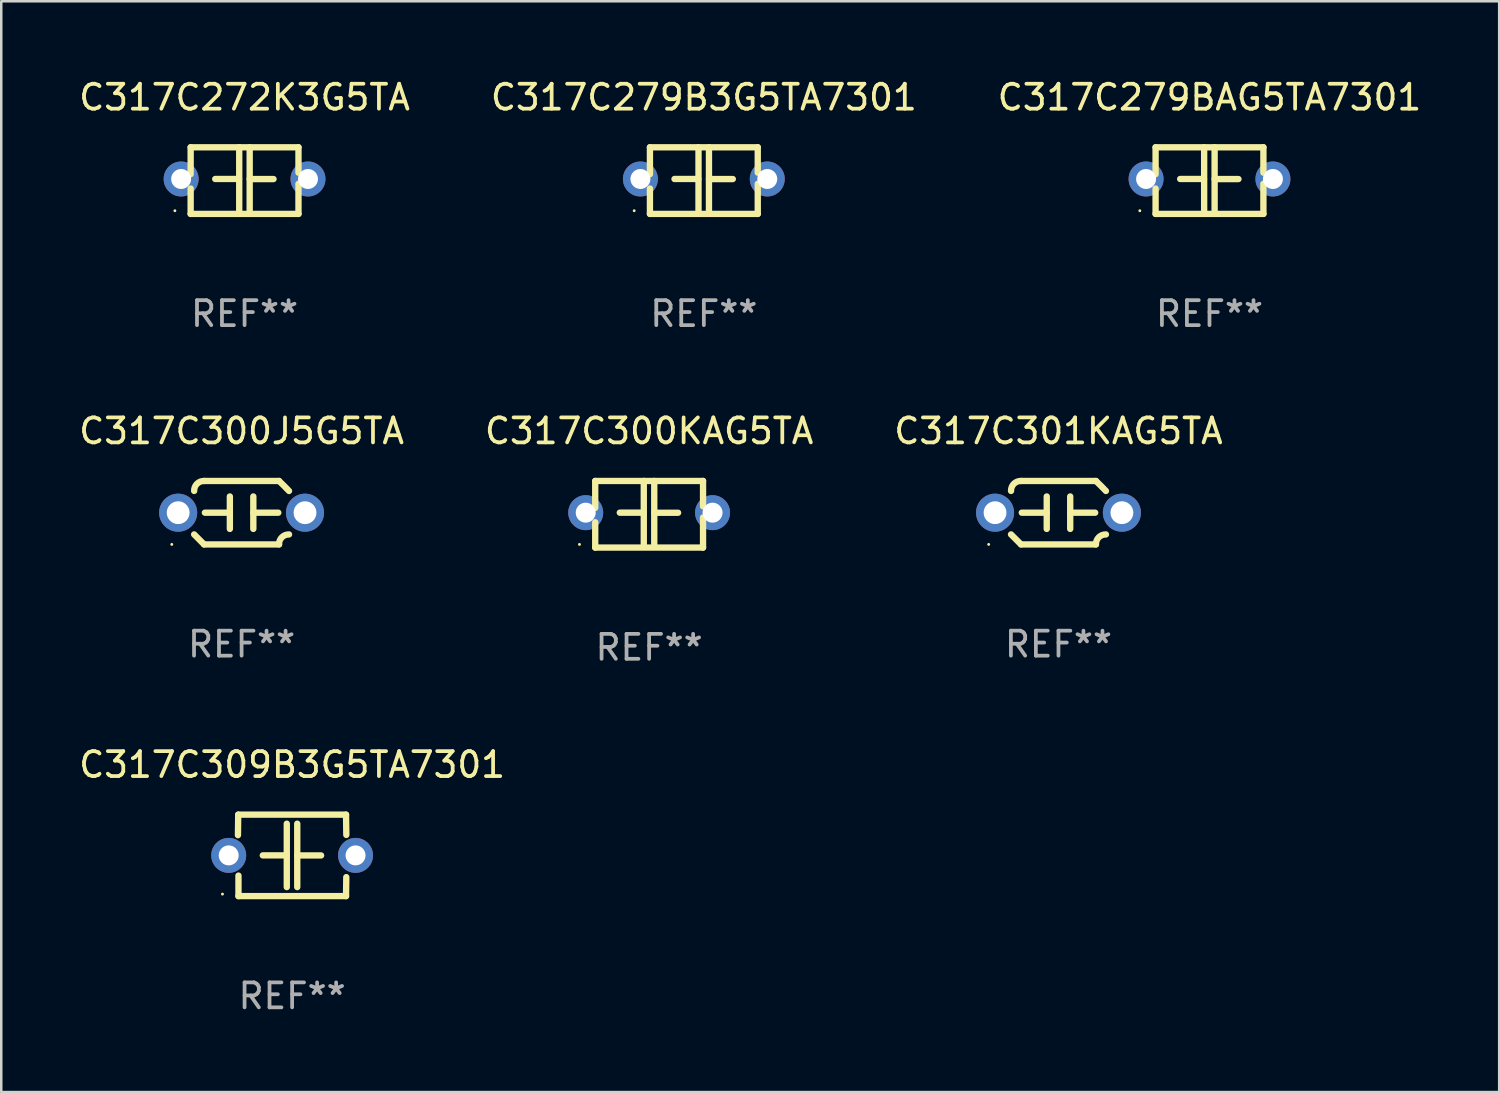
<source format=kicad_pcb>
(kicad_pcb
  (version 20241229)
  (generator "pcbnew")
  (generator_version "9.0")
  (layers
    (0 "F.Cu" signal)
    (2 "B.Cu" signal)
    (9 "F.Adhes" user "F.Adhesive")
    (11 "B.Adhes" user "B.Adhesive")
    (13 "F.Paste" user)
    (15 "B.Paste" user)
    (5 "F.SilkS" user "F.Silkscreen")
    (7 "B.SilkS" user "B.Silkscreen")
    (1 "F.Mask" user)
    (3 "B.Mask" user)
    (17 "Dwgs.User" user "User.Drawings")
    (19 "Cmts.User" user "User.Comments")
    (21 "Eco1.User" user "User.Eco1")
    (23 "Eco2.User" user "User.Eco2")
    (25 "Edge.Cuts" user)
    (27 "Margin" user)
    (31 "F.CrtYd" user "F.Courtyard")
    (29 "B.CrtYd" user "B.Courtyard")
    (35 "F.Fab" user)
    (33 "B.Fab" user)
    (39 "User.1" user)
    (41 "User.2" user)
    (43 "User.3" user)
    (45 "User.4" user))
  (footprint "C317C300J5G5TA"
    (layer "F.Cu")
    (at 6.625 17.482)
    (property "Reference" "C317C300J5G5TA" (at 0 -3.27 0) (layer "F.SilkS") (effects (font (size 1 1) (thickness 0.15))))
    (attr through_hole)
    (fp_line (start -1.5 -1.27) (end 1.5 -1.27) (stroke (width 0.254) (type solid)) (layer "F.SilkS"))
    (fp_line (start -0.47 -0.65) (end -0.47 0.65) (stroke (width 0.254) (type solid)) (layer "F.SilkS"))
    (fp_line (start -0.47 -0.000381) (end -1.47 -0.000381) (stroke (width 0.254) (type solid)) (layer "F.SilkS"))
    (fp_line (start 0.47 0.000356) (end 1.47 0.000356) (stroke (width 0.254) (type solid)) (layer "F.SilkS"))
    (fp_line (start 0.47 0.65) (end 0.47 -0.65) (stroke (width 0.254) (type solid)) (layer "F.SilkS"))
    (fp_line (start 1.5 1.27) (end -1.5 1.27) (stroke (width 0.254) (type solid)) (layer "F.SilkS"))
    (fp_arc (start -1.899924 -0.871221) (mid -1.78599 -1.156887) (end -1.5 -1.270003) (stroke (width 0.254001) (type solid)) (layer "F.SilkS"))
    (fp_arc (start -1.501217 1.269929) (mid -1.700682 1.070039) (end -1.9 0.870003) (stroke (width 0.254001) (type solid)) (layer "F.SilkS"))
    (fp_arc (start 1.5 1.270003) (mid 1.614112 0.984517) (end 1.899923 0.871222) (stroke (width 0.254001) (type solid)) (layer "F.SilkS"))
    (fp_arc (start 1.501219 -1.269927) (mid 1.70319 -1.072538) (end 1.9 -0.870003) (stroke (width 0.254001) (type solid)) (layer "F.SilkS"))
    (fp_circle (center -2.795 1.27) (end -2.765 1.27) (stroke (width 0.06) (type solid)) (fill no) (layer "F.SilkS"))
    (fp_text user "REF**" (at 0 5.27 0) (layer "F.Fab") (effects (font (size 1 1) (thickness 0.15))))
    (pad "1" thru_hole circle (at -2.54 0) (size 1.524 1.524) (drill 0.914) (layers "*.Cu" "*.Mask"))
    (pad "2" thru_hole circle (at 2.54 0) (size 1.524 1.524) (drill 0.914) (layers "*.Cu" "*.Mask")))
  (footprint "C317C279BAG5TA7301"
    (layer "F.Cu")
    (at 45.387 4.182)
    (property "Reference" "C317C279BAG5TA7301" (at 0 -3.334 0) (layer "F.SilkS") (effects (font (size 1 1) (thickness 0.15))))
    (attr through_hole)
    (fp_line (start -2.159 -1.334) (end 2.159 -1.334) (stroke (width 0.254) (type solid)) (layer "F.SilkS"))
    (fp_line (start -2.159 -0.256) (end -2.159 -1.334) (stroke (width 0.254) (type solid)) (layer "F.SilkS"))
    (fp_line (start -2.159 1.334) (end -2.159 0.318) (stroke (width 0.254) (type solid)) (layer "F.SilkS"))
    (fp_line (start -0.22 -0.064) (end -1.175 -0.064) (stroke (width 0.254) (type solid)) (layer "F.SilkS"))
    (fp_line (start -0.214 -1.334) (end -0.214 1.207) (stroke (width 0.254) (type solid)) (layer "F.SilkS"))
    (fp_line (start 0.205 -1.334) (end 0.205 1.207) (stroke (width 0.254) (type solid)) (layer "F.SilkS"))
    (fp_line (start 0.205 -0.061) (end 1.16 -0.061) (stroke (width 0.254) (type solid)) (layer "F.SilkS"))
    (fp_line (start 2.159 -1.334) (end 2.159 -0.318) (stroke (width 0.254) (type solid)) (layer "F.SilkS"))
    (fp_line (start 2.159 0.129) (end 2.159 1.334) (stroke (width 0.254) (type solid)) (layer "F.SilkS"))
    (fp_line (start 2.159 1.334) (end -2.159 1.334) (stroke (width 0.254) (type solid)) (layer "F.SilkS"))
    (fp_circle (center -2.79 1.207) (end -2.76 1.207) (stroke (width 0.06) (type solid)) (fill no) (layer "F.SilkS"))
    (fp_text user "REF**" (at 0 5.334 0) (layer "F.Fab") (effects (font (size 1 1) (thickness 0.15))))
    (pad "1" thru_hole circle (at -2.54 -0.064) (size 1.4 1.4) (drill 0.8) (layers "*.Cu" "*.Mask"))
    (pad "2" thru_hole circle (at 2.54 -0.064) (size 1.4 1.4) (drill 0.8) (layers "*.Cu" "*.Mask")))
  (footprint "C317C300KAG5TA"
    (layer "F.Cu")
    (at 22.946 17.545)
    (property "Reference" "C317C300KAG5TA" (at 0 -3.334 0) (layer "F.SilkS") (effects (font (size 1 1) (thickness 0.15))))
    (attr through_hole)
    (fp_line (start -2.159 -1.334) (end 2.159 -1.334) (stroke (width 0.254) (type solid)) (layer "F.SilkS"))
    (fp_line (start -2.159 -0.256) (end -2.159 -1.334) (stroke (width 0.254) (type solid)) (layer "F.SilkS"))
    (fp_line (start -2.159 1.334) (end -2.159 0.318) (stroke (width 0.254) (type solid)) (layer "F.SilkS"))
    (fp_line (start -0.22 -0.064) (end -1.175 -0.064) (stroke (width 0.254) (type solid)) (layer "F.SilkS"))
    (fp_line (start -0.214 -1.334) (end -0.214 1.207) (stroke (width 0.254) (type solid)) (layer "F.SilkS"))
    (fp_line (start 0.205 -1.334) (end 0.205 1.207) (stroke (width 0.254) (type solid)) (layer "F.SilkS"))
    (fp_line (start 0.205 -0.061) (end 1.16 -0.061) (stroke (width 0.254) (type solid)) (layer "F.SilkS"))
    (fp_line (start 2.159 -1.334) (end 2.159 -0.318) (stroke (width 0.254) (type solid)) (layer "F.SilkS"))
    (fp_line (start 2.159 0.129) (end 2.159 1.334) (stroke (width 0.254) (type solid)) (layer "F.SilkS"))
    (fp_line (start 2.159 1.334) (end -2.159 1.334) (stroke (width 0.254) (type solid)) (layer "F.SilkS"))
    (fp_circle (center -2.79 1.207) (end -2.76 1.207) (stroke (width 0.06) (type solid)) (fill no) (layer "F.SilkS"))
    (fp_text user "REF**" (at 0 5.334 0) (layer "F.Fab") (effects (font (size 1 1) (thickness 0.15))))
    (pad "1" thru_hole circle (at -2.54 -0.064) (size 1.4 1.4) (drill 0.8) (layers "*.Cu" "*.Mask"))
    (pad "2" thru_hole circle (at 2.54 -0.064) (size 1.4 1.4) (drill 0.8) (layers "*.Cu" "*.Mask")))
  (footprint "C317C279B3G5TA7301"
    (layer "F.Cu")
    (at 25.137 4.182)
    (property "Reference" "C317C279B3G5TA7301" (at 0 -3.334 0) (layer "F.SilkS") (effects (font (size 1 1) (thickness 0.15))))
    (attr through_hole)
    (fp_line (start -2.159 -1.334) (end 2.159 -1.334) (stroke (width 0.254) (type solid)) (layer "F.SilkS"))
    (fp_line (start -2.159 -0.256) (end -2.159 -1.334) (stroke (width 0.254) (type solid)) (layer "F.SilkS"))
    (fp_line (start -2.159 1.334) (end -2.159 0.318) (stroke (width 0.254) (type solid)) (layer "F.SilkS"))
    (fp_line (start -0.22 -0.064) (end -1.175 -0.064) (stroke (width 0.254) (type solid)) (layer "F.SilkS"))
    (fp_line (start -0.214 -1.334) (end -0.214 1.207) (stroke (width 0.254) (type solid)) (layer "F.SilkS"))
    (fp_line (start 0.205 -1.334) (end 0.205 1.207) (stroke (width 0.254) (type solid)) (layer "F.SilkS"))
    (fp_line (start 0.205 -0.061) (end 1.16 -0.061) (stroke (width 0.254) (type solid)) (layer "F.SilkS"))
    (fp_line (start 2.159 -1.334) (end 2.159 -0.318) (stroke (width 0.254) (type solid)) (layer "F.SilkS"))
    (fp_line (start 2.159 0.129) (end 2.159 1.334) (stroke (width 0.254) (type solid)) (layer "F.SilkS"))
    (fp_line (start 2.159 1.334) (end -2.159 1.334) (stroke (width 0.254) (type solid)) (layer "F.SilkS"))
    (fp_circle (center -2.79 1.207) (end -2.76 1.207) (stroke (width 0.06) (type solid)) (fill no) (layer "F.SilkS"))
    (fp_text user "REF**" (at 0 5.334 0) (layer "F.Fab") (effects (font (size 1 1) (thickness 0.15))))
    (pad "1" thru_hole circle (at -2.54 -0.064) (size 1.4 1.4) (drill 0.8) (layers "*.Cu" "*.Mask"))
    (pad "2" thru_hole circle (at 2.54 -0.064) (size 1.4 1.4) (drill 0.8) (layers "*.Cu" "*.Mask")))
  (footprint "C317C272K3G5TA"
    (layer "F.Cu")
    (at 6.744 4.182)
    (property "Reference" "C317C272K3G5TA" (at 0 -3.334 0) (layer "F.SilkS") (effects (font (size 1 1) (thickness 0.15))))
    (attr through_hole)
    (fp_line (start -2.159 -1.334) (end 2.159 -1.334) (stroke (width 0.254) (type solid)) (layer "F.SilkS"))
    (fp_line (start -2.159 -0.256) (end -2.159 -1.334) (stroke (width 0.254) (type solid)) (layer "F.SilkS"))
    (fp_line (start -2.159 1.334) (end -2.159 0.318) (stroke (width 0.254) (type solid)) (layer "F.SilkS"))
    (fp_line (start -0.22 -0.064) (end -1.175 -0.064) (stroke (width 0.254) (type solid)) (layer "F.SilkS"))
    (fp_line (start -0.214 -1.334) (end -0.214 1.207) (stroke (width 0.254) (type solid)) (layer "F.SilkS"))
    (fp_line (start 0.205 -1.334) (end 0.205 1.207) (stroke (width 0.254) (type solid)) (layer "F.SilkS"))
    (fp_line (start 0.205 -0.061) (end 1.16 -0.061) (stroke (width 0.254) (type solid)) (layer "F.SilkS"))
    (fp_line (start 2.159 -1.334) (end 2.159 -0.318) (stroke (width 0.254) (type solid)) (layer "F.SilkS"))
    (fp_line (start 2.159 0.129) (end 2.159 1.334) (stroke (width 0.254) (type solid)) (layer "F.SilkS"))
    (fp_line (start 2.159 1.334) (end -2.159 1.334) (stroke (width 0.254) (type solid)) (layer "F.SilkS"))
    (fp_circle (center -2.79 1.207) (end -2.76 1.207) (stroke (width 0.06) (type solid)) (fill no) (layer "F.SilkS"))
    (fp_text user "REF**" (at 0 5.334 0) (layer "F.Fab") (effects (font (size 1 1) (thickness 0.15))))
    (pad "1" thru_hole circle (at -2.54 -0.064) (size 1.4 1.4) (drill 0.8) (layers "*.Cu" "*.Mask"))
    (pad "2" thru_hole circle (at 2.54 -0.064) (size 1.4 1.4) (drill 0.8) (layers "*.Cu" "*.Mask")))
  (footprint "C317C309B3G5TA7301"
    (layer "F.Cu")
    (at 8.649 31.206)
    (property "Reference" "C317C309B3G5TA7301" (at 0 -3.631 0) (layer "F.SilkS") (effects (font (size 1 1) (thickness 0.15))))
    (attr through_hole)
    (fp_line (start -2.17 -0.81) (end -2.159 -1.631) (stroke (width 0.254) (type solid)) (layer "F.SilkS"))
    (fp_line (start -2.159 -1.631) (end 2.159 -1.631) (stroke (width 0.254) (type solid)) (layer "F.SilkS"))
    (fp_line (start -2.149 1.631) (end -2.149 0.81) (stroke (width 0.254) (type solid)) (layer "F.SilkS"))
    (fp_line (start -0.22 0) (end -1.175 0) (stroke (width 0.254) (type solid)) (layer "F.SilkS"))
    (fp_line (start -0.214 -1.27) (end -0.214 1.27) (stroke (width 0.254) (type solid)) (layer "F.SilkS"))
    (fp_line (start 0.205 -1.27) (end 0.205 1.27) (stroke (width 0.254) (type solid)) (layer "F.SilkS"))
    (fp_line (start 0.205 0.002) (end 1.16 0.002) (stroke (width 0.254) (type solid)) (layer "F.SilkS"))
    (fp_line (start 2.159 -1.631) (end 2.17 -0.82) (stroke (width 0.254) (type solid)) (layer "F.SilkS"))
    (fp_line (start 2.159 1.631) (end -2.149 1.631) (stroke (width 0.254) (type solid)) (layer "F.SilkS"))
    (fp_line (start 2.169 0.871) (end 2.159 1.631) (stroke (width 0.254) (type solid)) (layer "F.SilkS"))
    (fp_circle (center -2.79 1.55) (end -2.76 1.55) (stroke (width 0.06) (type solid)) (fill no) (layer "F.SilkS"))
    (fp_text user "REF**" (at 0 5.631 0) (layer "F.Fab") (effects (font (size 1 1) (thickness 0.15))))
    (pad "1" thru_hole circle (at -2.54 0) (size 1.4 1.4) (drill 0.8) (layers "*.Cu" "*.Mask"))
    (pad "2" thru_hole circle (at 2.54 0) (size 1.4 1.4) (drill 0.8) (layers "*.Cu" "*.Mask")))
  (footprint "C317C301KAG5TA"
    (layer "F.Cu")
    (at 39.339 17.482)
    (property "Reference" "C317C301KAG5TA" (at 0 -3.27 0) (layer "F.SilkS") (effects (font (size 1 1) (thickness 0.15))))
    (attr through_hole)
    (fp_line (start -1.5 -1.27) (end 1.5 -1.27) (stroke (width 0.254) (type solid)) (layer "F.SilkS"))
    (fp_line (start -0.47 -0.65) (end -0.47 0.65) (stroke (width 0.254) (type solid)) (layer "F.SilkS"))
    (fp_line (start -0.47 -0.000381) (end -1.47 -0.000381) (stroke (width 0.254) (type solid)) (layer "F.SilkS"))
    (fp_line (start 0.47 0.000356) (end 1.47 0.000356) (stroke (width 0.254) (type solid)) (layer "F.SilkS"))
    (fp_line (start 0.47 0.65) (end 0.47 -0.65) (stroke (width 0.254) (type solid)) (layer "F.SilkS"))
    (fp_line (start 1.5 1.27) (end -1.5 1.27) (stroke (width 0.254) (type solid)) (layer "F.SilkS"))
    (fp_arc (start -1.899924 -0.871221) (mid -1.78599 -1.156887) (end -1.5 -1.270003) (stroke (width 0.254001) (type solid)) (layer "F.SilkS"))
    (fp_arc (start -1.501217 1.269929) (mid -1.700682 1.070039) (end -1.9 0.870003) (stroke (width 0.254001) (type solid)) (layer "F.SilkS"))
    (fp_arc (start 1.5 1.270003) (mid 1.614112 0.984517) (end 1.899923 0.871222) (stroke (width 0.254001) (type solid)) (layer "F.SilkS"))
    (fp_arc (start 1.501219 -1.269927) (mid 1.70319 -1.072538) (end 1.9 -0.870003) (stroke (width 0.254001) (type solid)) (layer "F.SilkS"))
    (fp_circle (center -2.795 1.27) (end -2.765 1.27) (stroke (width 0.06) (type solid)) (fill no) (layer "F.SilkS"))
    (fp_text user "REF**" (at 0 5.27 0) (layer "F.Fab") (effects (font (size 1 1) (thickness 0.15))))
    (pad "1" thru_hole circle (at -2.54 0) (size 1.524 1.524) (drill 0.914) (layers "*.Cu" "*.Mask"))
    (pad "2" thru_hole circle (at 2.54 0) (size 1.524 1.524) (drill 0.914) (layers "*.Cu" "*.Mask")))
  (gr_rect
    (start -3 -3)
    (end 56.988 40.685)
    (stroke (width 0.1) (type default))
    (fill no)
    (layer "Edge.Cuts")))
</source>
